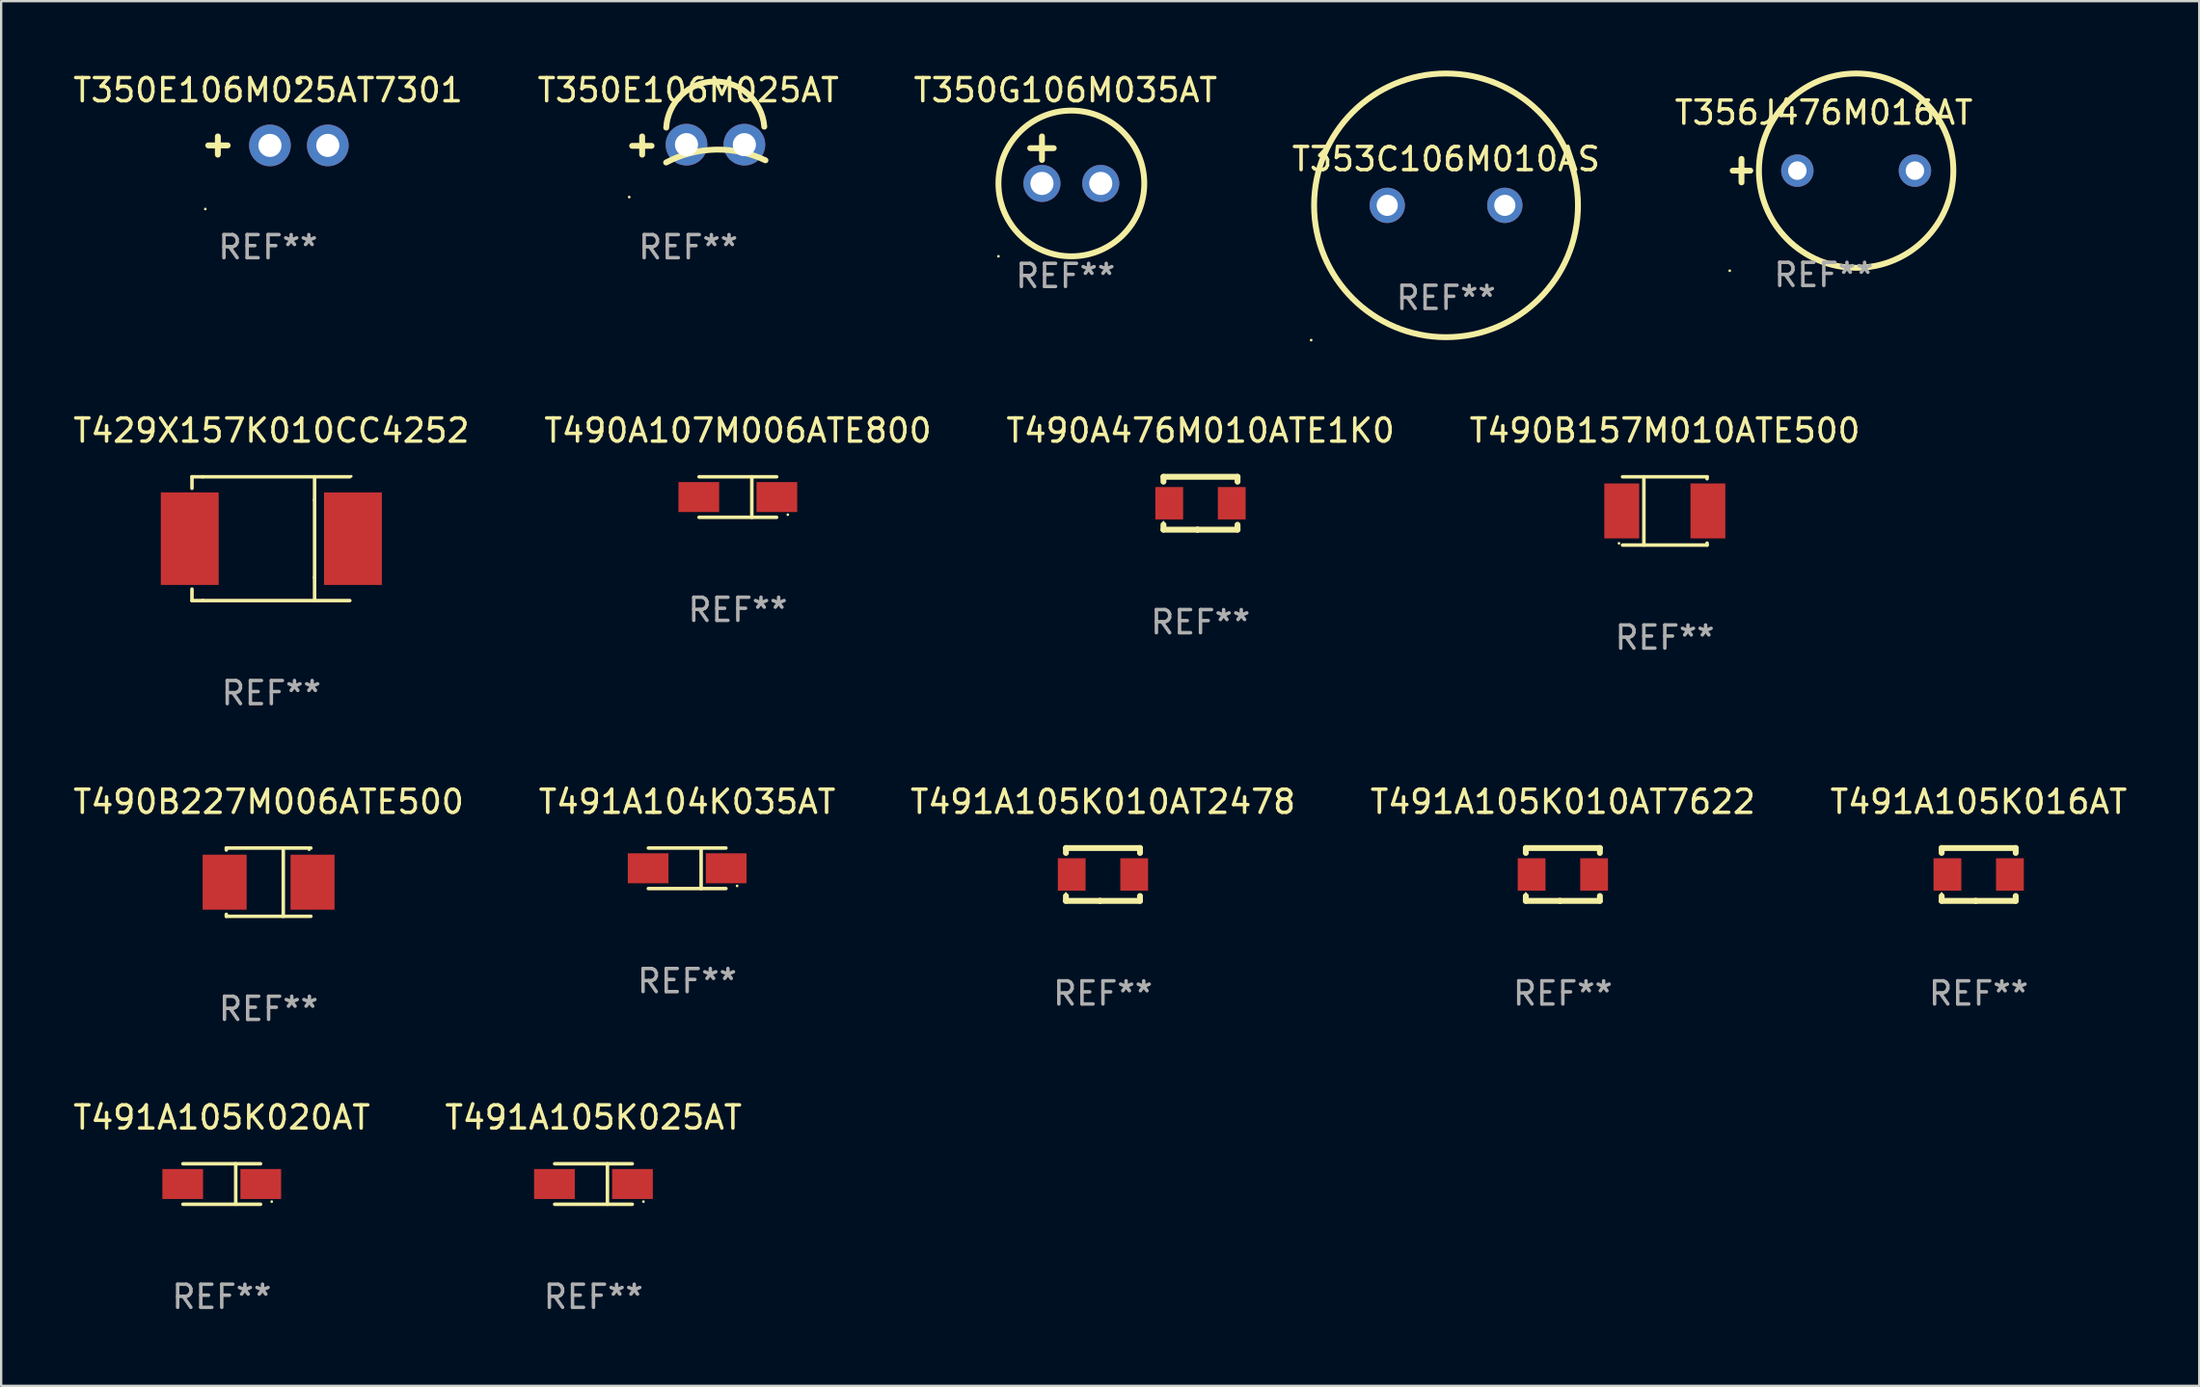
<source format=kicad_pcb>
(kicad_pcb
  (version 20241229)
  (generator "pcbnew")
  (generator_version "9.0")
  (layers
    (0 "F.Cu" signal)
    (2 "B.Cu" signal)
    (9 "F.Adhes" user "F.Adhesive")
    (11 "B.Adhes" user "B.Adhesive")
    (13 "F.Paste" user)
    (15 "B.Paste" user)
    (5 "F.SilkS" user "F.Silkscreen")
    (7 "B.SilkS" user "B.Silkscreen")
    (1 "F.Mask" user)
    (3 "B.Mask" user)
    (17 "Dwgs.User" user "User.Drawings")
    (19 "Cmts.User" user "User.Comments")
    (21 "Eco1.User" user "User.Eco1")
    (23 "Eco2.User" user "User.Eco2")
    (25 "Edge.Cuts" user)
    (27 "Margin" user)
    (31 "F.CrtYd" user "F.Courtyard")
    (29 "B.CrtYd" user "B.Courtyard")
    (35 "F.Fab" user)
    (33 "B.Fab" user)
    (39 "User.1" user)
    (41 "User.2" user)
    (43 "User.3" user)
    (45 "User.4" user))
  (footprint "T353C106M010AS"
    (layer "F.Cu")
    (at 59.423 5.827)
    (property "Reference" "T353C106M010AS" (at 0 -2 0) (layer "F.SilkS") (effects (font (size 1 1) (thickness 0.15))))
    (attr through_hole)
    (fp_circle (center -5.827 5.827) (end -5.797 5.827) (stroke (width 0.06) (type solid)) (fill no) (layer "F.SilkS"))
    (fp_circle (center 0 0) (end 5.7 0) (stroke (width 0.254) (type solid)) (fill no) (layer "F.SilkS"))
    (fp_text user "+" (at -5.334 0.889 0) (layer "B.Mask") (effects (font (size 1 1) (thickness 0.15))))
    (fp_text user "REF**" (at 0 4 0) (layer "F.Fab") (effects (font (size 1 1) (thickness 0.15))))
    (pad "1" thru_hole circle (at -2.54 0) (size 1.524 1.524) (drill 0.914) (layers "*.Cu" "*.Mask"))
    (pad "2" thru_hole circle (at 2.54 0) (size 1.524 1.524) (drill 0.914) (layers "*.Cu" "*.Mask")))
  (footprint "T356J476M016AT"
    (layer "F.Cu")
    (at 75.744 4.327)
    (property "Reference" "T356J476M016AT" (at 0 -2.508 0) (layer "F.SilkS") (effects (font (size 1 1) (thickness 0.15))))
    (attr through_hole)
    (fp_line (start -3.937 0) (end -3.175 0) (stroke (width 0.254) (type solid)) (layer "F.SilkS"))
    (fp_line (start -3.556 -0.508) (end -3.556 0.508) (stroke (width 0.254) (type solid)) (layer "F.SilkS"))
    (fp_circle (center -4.064 4.327) (end -4.034 4.327) (stroke (width 0.06) (type solid)) (fill no) (layer "F.SilkS"))
    (fp_circle (center 1.397 0) (end 5.597 0) (stroke (width 0.254) (type solid)) (fill no) (layer "F.SilkS"))
    (fp_text user "REF**" (at 0 4.508 0) (layer "F.Fab") (effects (font (size 1 1) (thickness 0.15))))
    (pad "1" thru_hole circle (at -1.143 0) (size 1.4 1.4) (drill 0.8) (layers "*.Cu" "*.Mask"))
    (pad "2" thru_hole circle (at 3.937 0) (size 1.4 1.4) (drill 0.8) (layers "*.Cu" "*.Mask")))
  (footprint "T490A476M010ATE1K0"
    (layer "F.Cu")
    (at 48.815 18.705)
    (property "Reference" "T490A476M010ATE1K0" (at 0 -3.143 0) (layer "F.SilkS") (effects (font (size 1 1) (thickness 0.15))))
    (attr through_hole)
    (fp_line (start -1.6 1.143) (end -0.128 1.143) (stroke (width 0.254) (type solid)) (layer "F.SilkS"))
    (fp_line (start -1.6 -1.143) (end -1.6 -0.931) (stroke (width 0.254) (type solid)) (layer "F.SilkS"))
    (fp_line (start -1.6 -1.143) (end 1.6 -1.143) (stroke (width 0.254) (type solid)) (layer "F.SilkS"))
    (fp_line (start -1.6 0.931) (end -1.6 1.143) (stroke (width 0.254) (type solid)) (layer "F.SilkS"))
    (fp_line (start -0.128 1.143) (end -0.128 1.143) (stroke (width 0.254) (type solid)) (layer "F.SilkS"))
    (fp_line (start -0.128 1.143) (end 1.6 1.143) (stroke (width 0.254) (type solid)) (layer "F.SilkS"))
    (fp_line (start 1.6 -1.143) (end 1.6 -0.931) (stroke (width 0.254) (type solid)) (layer "F.SilkS"))
    (fp_line (start 1.6 0.931) (end 1.6 1.143) (stroke (width 0.254) (type solid)) (layer "F.SilkS"))
    (fp_circle (center -1.6 0.8) (end -1.58 0.8) (stroke (width 0.04) (type solid)) (fill no) (layer "F.SilkS"))
    (fp_text user "REF**" (at 0 5.143 0) (layer "F.Fab") (effects (font (size 1 1) (thickness 0.15))))
    (pad "1" smd rect (at -1.35 0) (size 1.2 1.4) (layers "F.Cu" "F.Mask" "F.Paste"))
    (pad "2" smd rect (at 1.35 0) (size 1.2 1.4) (layers "F.Cu" "F.Mask" "F.Paste")))
  (footprint "T429X157K010CC4252"
    (layer "F.Cu")
    (at 8.673 20.238)
    (property "Reference" "T429X157K010CC4252" (at 0 -4.676 0) (layer "F.SilkS") (effects (font (size 1 1) (thickness 0.15))))
    (attr through_hole)
    (fp_line (start -3.429 -2.676) (end -3.429 -2.18) (stroke (width 0.152) (type solid)) (layer "F.SilkS"))
    (fp_line (start -3.429 2.676) (end -3.429 2.18) (stroke (width 0.152) (type solid)) (layer "F.SilkS"))
    (fp_line (start -2.962 -2.676) (end -3.429 -2.676) (stroke (width 0.152) (type solid)) (layer "F.SilkS"))
    (fp_line (start -2.962 -2.676) (end 3.39 -2.676) (stroke (width 0.152) (type solid)) (layer "F.SilkS"))
    (fp_line (start -2.962 2.676) (end -3.429 2.676) (stroke (width 0.152) (type solid)) (layer "F.SilkS"))
    (fp_line (start -2.962 2.676) (end 3.39 2.676) (stroke (width 0.152) (type solid)) (layer "F.SilkS"))
    (fp_line (start 1.868 -1.676) (end 1.868 -2.676) (stroke (width 0.152) (type solid)) (layer "F.SilkS"))
    (fp_line (start 1.868 -1.676) (end 1.868 1.676) (stroke (width 0.152) (type solid)) (layer "F.SilkS"))
    (fp_line (start 1.868 1.676) (end 1.868 2.676) (stroke (width 0.152) (type solid)) (layer "F.SilkS"))
    (fp_circle (center 3.45 -2.7) (end 3.48 -2.7) (stroke (width 0.06) (type solid)) (fill no) (layer "F.SilkS"))
    (fp_text user "REF**" (at 0 6.676 0) (layer "F.Fab") (effects (font (size 1 1) (thickness 0.15))))
    (pad "1" smd rect (at 3.525 0 180) (size 2.5 4) (layers "F.Cu" "F.Mask" "F.Paste"))
    (pad "2" smd rect (at -3.525 0 180) (size 2.5 4) (layers "F.Cu" "F.Mask" "F.Paste")))
  (footprint "T490B157M010ATE500"
    (layer "F.Cu")
    (at 68.875 19.038)
    (property "Reference" "T490B157M010ATE500" (at 0 -3.476 0) (layer "F.SilkS") (effects (font (size 1 1) (thickness 0.15))))
    (attr through_hole)
    (fp_line (start -0.904 1.476) (end -0.904 -1.476) (stroke (width 0.152) (type solid)) (layer "F.SilkS"))
    (fp_line (start 1.826 -1.476) (end -1.826 -1.476) (stroke (width 0.152) (type solid)) (layer "F.SilkS"))
    (fp_line (start 1.826 -1.476) (end 1.826 -1.391) (stroke (width 0.152) (type solid)) (layer "F.SilkS"))
    (fp_line (start 1.826 1.476) (end -1.826 1.476) (stroke (width 0.152) (type solid)) (layer "F.SilkS"))
    (fp_line (start 1.826 1.476) (end 1.826 1.391) (stroke (width 0.152) (type solid)) (layer "F.SilkS"))
    (fp_circle (center -1.98 1.4) (end -1.95 1.4) (stroke (width 0.06) (type solid)) (fill no) (layer "F.SilkS"))
    (fp_text user "REF**" (at 0 5.476 0) (layer "F.Fab") (effects (font (size 1 1) (thickness 0.15))))
    (pad "1" smd rect (at -1.861 0 180) (size 1.506 2.376) (layers "F.Cu" "F.Mask" "F.Paste"))
    (pad "2" smd rect (at 1.861 0 180) (size 1.506 2.376) (layers "F.Cu" "F.Mask" "F.Paste")))
  (footprint "T491A105K025AT"
    (layer "F.Cu")
    (at 22.589 48.136)
    (property "Reference" "T491A105K025AT" (at 0 -2.876 0) (layer "F.SilkS") (effects (font (size 1 1) (thickness 0.15))))
    (attr through_hole)
    (fp_line (start -1.676 -0.876) (end 1.676 -0.876) (stroke (width 0.152) (type solid)) (layer "F.SilkS"))
    (fp_line (start -1.676 0.876) (end 1.676 0.876) (stroke (width 0.152) (type solid)) (layer "F.SilkS"))
    (fp_line (start 0.604 -0.876) (end 0.604 0.876) (stroke (width 0.152) (type solid)) (layer "F.SilkS"))
    (fp_circle (center 2.159 0.762) (end 2.189 0.762) (stroke (width 0.06) (type solid)) (fill no) (layer "F.SilkS"))
    (fp_text user "REF**" (at 0 4.876 0) (layer "F.Fab") (effects (font (size 1 1) (thickness 0.15))))
    (pad "1" smd rect (at 1.686 0) (size 1.758 1.296) (layers "F.Cu" "F.Mask" "F.Paste"))
    (pad "2" smd rect (at -1.686 0) (size 1.758 1.296) (layers "F.Cu" "F.Mask" "F.Paste")))
  (footprint "T350G106M035AT"
    (layer "F.Cu")
    (at 42.982 3.864)
    (property "Reference" "T350G106M035AT" (at 0 -3.016 0) (layer "F.SilkS") (effects (font (size 1 1) (thickness 0.15))))
    (attr through_hole)
    (fp_line (start -1.524 -0.508) (end -0.508 -0.508) (stroke (width 0.254) (type solid)) (layer "F.SilkS"))
    (fp_line (start -1.016 -1.016) (end -1.016 0) (stroke (width 0.254) (type solid)) (layer "F.SilkS"))
    (fp_circle (center -2.896 4.166) (end -2.866 4.166) (stroke (width 0.06) (type solid)) (fill no) (layer "F.SilkS"))
    (fp_circle (center 0.254 1.016) (end 3.404 1.016) (stroke (width 0.254) (type solid)) (fill no) (layer "F.SilkS"))
    (fp_text user "REF**" (at 0 5.016 0) (layer "F.Fab") (effects (font (size 1 1) (thickness 0.15))))
    (pad "1" thru_hole circle (at -1.016 1.016) (size 1.6 1.6) (drill 1) (layers "*.Cu" "*.Mask"))
    (pad "2" thru_hole circle (at 1.524 1.016) (size 1.6 1.6) (drill 1) (layers "*.Cu" "*.Mask")))
  (footprint "T490A107M006ATE800"
    (layer "F.Cu")
    (at 28.827 18.438)
    (property "Reference" "T490A107M006ATE800" (at 0 -2.876 0) (layer "F.SilkS") (effects (font (size 1 1) (thickness 0.15))))
    (attr through_hole)
    (fp_line (start -1.676 -0.876) (end 1.676 -0.876) (stroke (width 0.152) (type solid)) (layer "F.SilkS"))
    (fp_line (start -1.676 0.876) (end 1.676 0.876) (stroke (width 0.152) (type solid)) (layer "F.SilkS"))
    (fp_line (start 0.604 -0.876) (end 0.604 0.876) (stroke (width 0.152) (type solid)) (layer "F.SilkS"))
    (fp_circle (center 2.159 0.762) (end 2.189 0.762) (stroke (width 0.06) (type solid)) (fill no) (layer "F.SilkS"))
    (fp_text user "REF**" (at 0 4.876 0) (layer "F.Fab") (effects (font (size 1 1) (thickness 0.15))))
    (pad "1" smd rect (at 1.686 0) (size 1.758 1.296) (layers "F.Cu" "F.Mask" "F.Paste"))
    (pad "2" smd rect (at -1.686 0) (size 1.758 1.296) (layers "F.Cu" "F.Mask" "F.Paste")))
  (footprint "T350E106M025AT7301"
    (layer "F.Cu")
    (at 8.53 3.242)
    (property "Reference" "T350E106M025AT7301" (at 0 -2.394 0) (layer "F.SilkS") (effects (font (size 1 1) (thickness 0.15))))
    (attr through_hole)
    (fp_line (start -2.168 0.394) (end -2.168 -0.394) (stroke (width 0.254) (type solid)) (layer "F.SilkS"))
    (fp_line (start -1.743 -0.006) (end -2.582 -0.006) (stroke (width 0.254) (type solid)) (layer "F.SilkS"))
    (fp_arc (start 1.311303 -2.756236) (mid 1.331623 -2.756311) (end 1.351943 -2.756236) (stroke (width 0.254001) (type solid)) (layer "F.SilkS"))
    (fp_circle (center -2.709 2.744) (end -2.679 2.744) (stroke (width 0.06) (type solid)) (fill no) (layer "F.SilkS"))
    (fp_text user "REF**" (at 0 4.394 0) (layer "F.Fab") (effects (font (size 1 1) (thickness 0.15))))
    (pad "1" thru_hole circle (at 0.082 -0.006) (size 1.8 1.8) (drill 1) (layers "*.Cu" "*.Mask"))
    (pad "2" thru_hole circle (at 2.582 -0.006) (size 1.8 1.8) (drill 1) (layers "*.Cu" "*.Mask")))
  (footprint "T490B227M006ATE500"
    (layer "F.Cu")
    (at 8.554 35.087)
    (property "Reference" "T490B227M006ATE500" (at 0 -3.476 0) (layer "F.SilkS") (effects (font (size 1 1) (thickness 0.15))))
    (attr through_hole)
    (fp_line (start -1.826 -1.476) (end -1.826 -1.391) (stroke (width 0.152) (type solid)) (layer "F.SilkS"))
    (fp_line (start -1.826 -1.476) (end 1.826 -1.476) (stroke (width 0.152) (type solid)) (layer "F.SilkS"))
    (fp_line (start -1.826 1.476) (end -1.826 1.391) (stroke (width 0.152) (type solid)) (layer "F.SilkS"))
    (fp_line (start -1.826 1.476) (end 1.826 1.476) (stroke (width 0.152) (type solid)) (layer "F.SilkS"))
    (fp_line (start 0.635 -1.476) (end 0.635 1.476) (stroke (width 0.152) (type solid)) (layer "F.SilkS"))
    (fp_circle (center 1.75 -1.4) (end 1.78 -1.4) (stroke (width 0.06) (type solid)) (fill no) (layer "F.SilkS"))
    (fp_text user "REF**" (at 0 5.476 0) (layer "F.Fab") (effects (font (size 1 1) (thickness 0.15))))
    (pad "1" smd rect (at 1.899 0) (size 1.9 2.376) (layers "F.Cu" "F.Mask" "F.Paste"))
    (pad "2" smd rect (at -1.899 0) (size 1.9 2.376) (layers "F.Cu" "F.Mask" "F.Paste")))
  (footprint "T491A105K016AT"
    (layer "F.Cu")
    (at 82.435 34.754)
    (property "Reference" "T491A105K016AT" (at 0 -3.143 0) (layer "F.SilkS") (effects (font (size 1 1) (thickness 0.15))))
    (attr through_hole)
    (fp_line (start -1.6 1.143) (end -0.128 1.143) (stroke (width 0.254) (type solid)) (layer "F.SilkS"))
    (fp_line (start -1.6 -1.143) (end -1.6 -0.931) (stroke (width 0.254) (type solid)) (layer "F.SilkS"))
    (fp_line (start -1.6 -1.143) (end 1.6 -1.143) (stroke (width 0.254) (type solid)) (layer "F.SilkS"))
    (fp_line (start -1.6 0.931) (end -1.6 1.143) (stroke (width 0.254) (type solid)) (layer "F.SilkS"))
    (fp_line (start -0.128 1.143) (end -0.128 1.143) (stroke (width 0.254) (type solid)) (layer "F.SilkS"))
    (fp_line (start -0.128 1.143) (end 1.6 1.143) (stroke (width 0.254) (type solid)) (layer "F.SilkS"))
    (fp_line (start 1.6 -1.143) (end 1.6 -0.931) (stroke (width 0.254) (type solid)) (layer "F.SilkS"))
    (fp_line (start 1.6 0.931) (end 1.6 1.143) (stroke (width 0.254) (type solid)) (layer "F.SilkS"))
    (fp_circle (center -1.6 0.8) (end -1.58 0.8) (stroke (width 0.04) (type solid)) (fill no) (layer "F.SilkS"))
    (fp_text user "REF**" (at 0 5.143 0) (layer "F.Fab") (effects (font (size 1 1) (thickness 0.15))))
    (pad "1" smd rect (at -1.35 0) (size 1.2 1.4) (layers "F.Cu" "F.Mask" "F.Paste"))
    (pad "2" smd rect (at 1.35 0) (size 1.2 1.4) (layers "F.Cu" "F.Mask" "F.Paste")))
  (footprint "T491A105K020AT"
    (layer "F.Cu")
    (at 6.53 48.136)
    (property "Reference" "T491A105K020AT" (at 0 -2.876 0) (layer "F.SilkS") (effects (font (size 1 1) (thickness 0.15))))
    (attr through_hole)
    (fp_line (start -1.676 -0.876) (end 1.676 -0.876) (stroke (width 0.152) (type solid)) (layer "F.SilkS"))
    (fp_line (start -1.676 0.876) (end 1.676 0.876) (stroke (width 0.152) (type solid)) (layer "F.SilkS"))
    (fp_line (start 0.604 -0.876) (end 0.604 0.876) (stroke (width 0.152) (type solid)) (layer "F.SilkS"))
    (fp_circle (center 2.159 0.762) (end 2.189 0.762) (stroke (width 0.06) (type solid)) (fill no) (layer "F.SilkS"))
    (fp_text user "REF**" (at 0 4.876 0) (layer "F.Fab") (effects (font (size 1 1) (thickness 0.15))))
    (pad "1" smd rect (at 1.686 0) (size 1.758 1.296) (layers "F.Cu" "F.Mask" "F.Paste"))
    (pad "2" smd rect (at -1.686 0) (size 1.758 1.296) (layers "F.Cu" "F.Mask" "F.Paste")))
  (footprint "T491A104K035AT"
    (layer "F.Cu")
    (at 26.637 34.487)
    (property "Reference" "T491A104K035AT" (at 0 -2.876 0) (layer "F.SilkS") (effects (font (size 1 1) (thickness 0.15))))
    (attr through_hole)
    (fp_line (start -1.676 -0.876) (end 1.676 -0.876) (stroke (width 0.152) (type solid)) (layer "F.SilkS"))
    (fp_line (start -1.676 0.876) (end 1.676 0.876) (stroke (width 0.152) (type solid)) (layer "F.SilkS"))
    (fp_line (start 0.604 -0.876) (end 0.604 0.876) (stroke (width 0.152) (type solid)) (layer "F.SilkS"))
    (fp_circle (center 2.159 0.762) (end 2.189 0.762) (stroke (width 0.06) (type solid)) (fill no) (layer "F.SilkS"))
    (fp_text user "REF**" (at 0 4.876 0) (layer "F.Fab") (effects (font (size 1 1) (thickness 0.15))))
    (pad "1" smd rect (at 1.686 0) (size 1.758 1.296) (layers "F.Cu" "F.Mask" "F.Paste"))
    (pad "2" smd rect (at -1.686 0) (size 1.758 1.296) (layers "F.Cu" "F.Mask" "F.Paste")))
  (footprint "T491A105K010AT2478"
    (layer "F.Cu")
    (at 44.601 34.754)
    (property "Reference" "T491A105K010AT2478" (at 0 -3.143 0) (layer "F.SilkS") (effects (font (size 1 1) (thickness 0.15))))
    (attr through_hole)
    (fp_line (start -1.6 1.143) (end -0.128 1.143) (stroke (width 0.254) (type solid)) (layer "F.SilkS"))
    (fp_line (start -1.6 -1.143) (end -1.6 -0.931) (stroke (width 0.254) (type solid)) (layer "F.SilkS"))
    (fp_line (start -1.6 -1.143) (end 1.6 -1.143) (stroke (width 0.254) (type solid)) (layer "F.SilkS"))
    (fp_line (start -1.6 0.931) (end -1.6 1.143) (stroke (width 0.254) (type solid)) (layer "F.SilkS"))
    (fp_line (start -0.128 1.143) (end -0.128 1.143) (stroke (width 0.254) (type solid)) (layer "F.SilkS"))
    (fp_line (start -0.128 1.143) (end 1.6 1.143) (stroke (width 0.254) (type solid)) (layer "F.SilkS"))
    (fp_line (start 1.6 -1.143) (end 1.6 -0.931) (stroke (width 0.254) (type solid)) (layer "F.SilkS"))
    (fp_line (start 1.6 0.931) (end 1.6 1.143) (stroke (width 0.254) (type solid)) (layer "F.SilkS"))
    (fp_circle (center -1.6 0.8) (end -1.58 0.8) (stroke (width 0.04) (type solid)) (fill no) (layer "F.SilkS"))
    (fp_text user "REF**" (at 0 5.143 0) (layer "F.Fab") (effects (font (size 1 1) (thickness 0.15))))
    (pad "1" smd rect (at -1.35 0) (size 1.2 1.4) (layers "F.Cu" "F.Mask" "F.Paste"))
    (pad "2" smd rect (at 1.35 0) (size 1.2 1.4) (layers "F.Cu" "F.Mask" "F.Paste")))
  (footprint "T350E106M025AT"
    (layer "F.Cu")
    (at 26.685 3.242)
    (property "Reference" "T350E106M025AT" (at 0 -2.394 0) (layer "F.SilkS") (effects (font (size 1 1) (thickness 0.15))))
    (attr through_hole)
    (fp_line (start -1.992 0.394) (end -1.992 -0.394) (stroke (width 0.254) (type solid)) (layer "F.SilkS"))
    (fp_line (start -1.585 0.013) (end -2.424 0.013) (stroke (width 0.254) (type solid)) (layer "F.SilkS"))
    (fp_arc (start -0.956274 0.731902) (mid 1.178408 0.176168) (end 3.335344 0.638049) (stroke (width 0.254001) (type solid)) (layer "F.SilkS"))
    (fp_arc (start -0.951981 -0.775617) (mid 1.147269 -2.769146) (end 3.284747 -0.816662) (stroke (width 0.254001) (type solid)) (layer "F.SilkS"))
    (fp_circle (center -2.551 2.227) (end -2.521 2.227) (stroke (width 0.06) (type solid)) (fill no) (layer "F.SilkS"))
    (fp_text user "REF**" (at 0 4.394 0) (layer "F.Fab") (effects (font (size 1 1) (thickness 0.15))))
    (pad "1" thru_hole circle (at -0.076 -0.038) (size 1.8 1.8) (drill 1) (layers "*.Cu" "*.Mask"))
    (pad "2" thru_hole circle (at 2.424 -0.038) (size 1.8 1.8) (drill 1) (layers "*.Cu" "*.Mask")))
  (footprint "T491A105K010AT7622"
    (layer "F.Cu")
    (at 64.47 34.754)
    (property "Reference" "T491A105K010AT7622" (at 0 -3.143 0) (layer "F.SilkS") (effects (font (size 1 1) (thickness 0.15))))
    (attr through_hole)
    (fp_line (start -1.6 1.143) (end -0.128 1.143) (stroke (width 0.254) (type solid)) (layer "F.SilkS"))
    (fp_line (start -1.6 -1.143) (end -1.6 -0.931) (stroke (width 0.254) (type solid)) (layer "F.SilkS"))
    (fp_line (start -1.6 -1.143) (end 1.6 -1.143) (stroke (width 0.254) (type solid)) (layer "F.SilkS"))
    (fp_line (start -1.6 0.931) (end -1.6 1.143) (stroke (width 0.254) (type solid)) (layer "F.SilkS"))
    (fp_line (start -0.128 1.143) (end -0.128 1.143) (stroke (width 0.254) (type solid)) (layer "F.SilkS"))
    (fp_line (start -0.128 1.143) (end 1.6 1.143) (stroke (width 0.254) (type solid)) (layer "F.SilkS"))
    (fp_line (start 1.6 -1.143) (end 1.6 -0.931) (stroke (width 0.254) (type solid)) (layer "F.SilkS"))
    (fp_line (start 1.6 0.931) (end 1.6 1.143) (stroke (width 0.254) (type solid)) (layer "F.SilkS"))
    (fp_circle (center -1.6 0.8) (end -1.58 0.8) (stroke (width 0.04) (type solid)) (fill no) (layer "F.SilkS"))
    (fp_text user "REF**" (at 0 5.143 0) (layer "F.Fab") (effects (font (size 1 1) (thickness 0.15))))
    (pad "1" smd rect (at -1.35 0) (size 1.2 1.4) (layers "F.Cu" "F.Mask" "F.Paste"))
    (pad "2" smd rect (at 1.35 0) (size 1.2 1.4) (layers "F.Cu" "F.Mask" "F.Paste")))
  (gr_rect
    (start -3 -3)
    (end 91.964 56.861)
    (stroke (width 0.1) (type default))
    (fill no)
    (layer "Edge.Cuts")))
</source>
